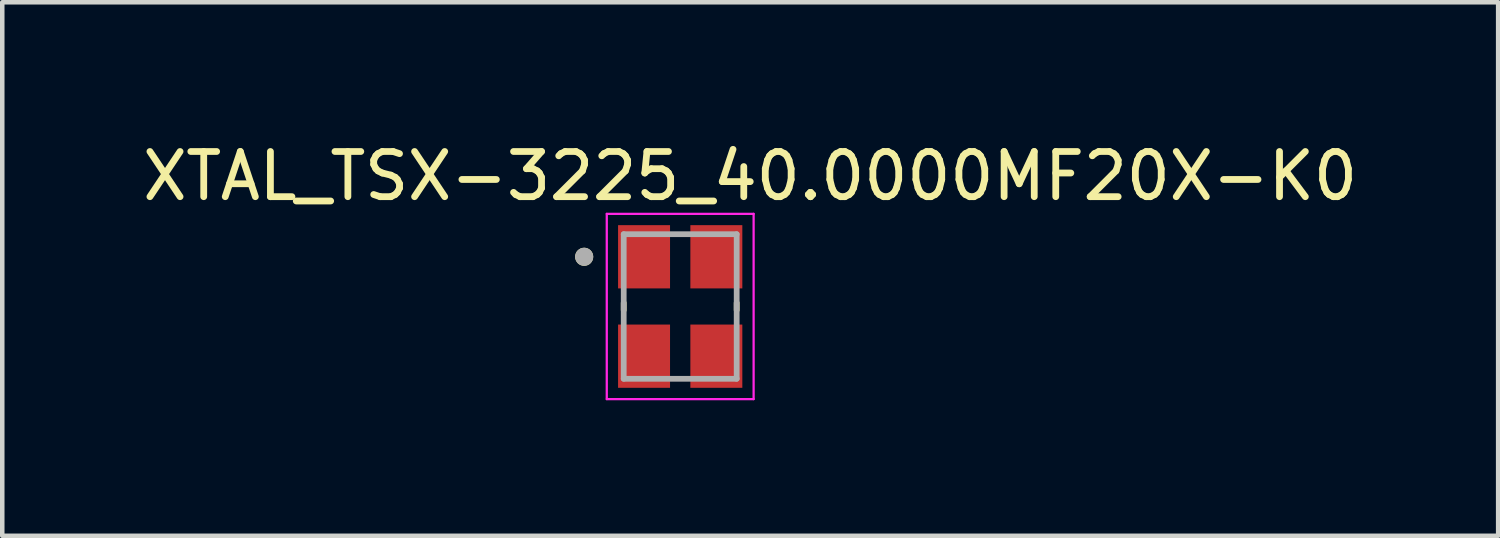
<source format=kicad_pcb>
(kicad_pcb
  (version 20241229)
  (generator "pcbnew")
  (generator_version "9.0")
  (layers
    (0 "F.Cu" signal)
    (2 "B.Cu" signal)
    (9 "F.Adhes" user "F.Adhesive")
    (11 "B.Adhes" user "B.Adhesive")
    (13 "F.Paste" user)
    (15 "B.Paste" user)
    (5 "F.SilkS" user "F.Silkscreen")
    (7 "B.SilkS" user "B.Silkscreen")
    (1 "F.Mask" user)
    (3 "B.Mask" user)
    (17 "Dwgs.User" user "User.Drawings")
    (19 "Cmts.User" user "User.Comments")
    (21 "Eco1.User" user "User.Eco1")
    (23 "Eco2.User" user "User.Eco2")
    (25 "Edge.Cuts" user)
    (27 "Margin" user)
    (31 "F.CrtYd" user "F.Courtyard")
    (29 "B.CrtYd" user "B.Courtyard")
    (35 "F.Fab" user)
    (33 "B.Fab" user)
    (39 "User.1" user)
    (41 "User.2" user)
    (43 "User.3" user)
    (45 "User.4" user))
  (footprint "XTAL_TSX-3225_40.0000MF20X-K0"
    (layer "F.Cu")
    (at 12.004 3.733)
    (property "Reference" "XTAL_TSX-3225_40.0000MF20X-K0" (at 1.55 -2.885 0) (layer "F.SilkS") (effects (font (size 1 1) (thickness 0.15))))
    (attr smd)
    (fp_line (start -1.25 -0.08) (end -1.25 0.08) (stroke (width 0.127) (type solid)) (layer "F.SilkS"))
    (fp_line (start 1.25 -0.08) (end 1.25 0.08) (stroke (width 0.127) (type solid)) (layer "F.SilkS"))
    (fp_circle (center -2.125 -1.1) (end -2.025 -1.1) (stroke (width 0.2) (type solid)) (fill no) (layer "F.SilkS"))
    (fp_line (start -1.625 -2.05) (end -1.625 2.05) (stroke (width 0.05) (type solid)) (layer "F.CrtYd"))
    (fp_line (start -1.625 -2.05) (end 1.625 -2.05) (stroke (width 0.05) (type solid)) (layer "F.CrtYd"))
    (fp_line (start 1.625 -2.05) (end 1.625 2.05) (stroke (width 0.05) (type solid)) (layer "F.CrtYd"))
    (fp_line (start 1.625 2.05) (end -1.625 2.05) (stroke (width 0.05) (type solid)) (layer "F.CrtYd"))
    (fp_line (start -1.25 -1.6) (end -1.25 1.6) (stroke (width 0.127) (type solid)) (layer "F.Fab"))
    (fp_line (start -1.25 -1.6) (end 1.25 -1.6) (stroke (width 0.127) (type solid)) (layer "F.Fab"))
    (fp_line (start 1.25 -1.6) (end 1.25 1.6) (stroke (width 0.127) (type solid)) (layer "F.Fab"))
    (fp_line (start 1.25 1.6) (end -1.25 1.6) (stroke (width 0.127) (type solid)) (layer "F.Fab"))
    (fp_circle (center -2.125 -1.1) (end -2.025 -1.1) (stroke (width 0.2) (type solid)) (fill no) (layer "F.Fab"))
    (pad "1" smd rect (at -0.8 -1.1) (size 1.15 1.4) (layers "F.Cu" "F.Mask" "F.Paste"))
    (pad "2" smd rect (at -0.8 1.1) (size 1.15 1.4) (layers "F.Cu" "F.Mask" "F.Paste"))
    (pad "3" smd rect (at 0.8 1.1) (size 1.15 1.4) (layers "F.Cu" "F.Mask" "F.Paste"))
    (pad "4" smd rect (at 0.8 -1.1) (size 1.15 1.4) (layers "F.Cu" "F.Mask" "F.Paste")))
  (gr_rect
    (start -3 -3)
    (end 30.107 8.808)
    (stroke (width 0.1) (type default))
    (fill no)
    (layer "Edge.Cuts")))
</source>
